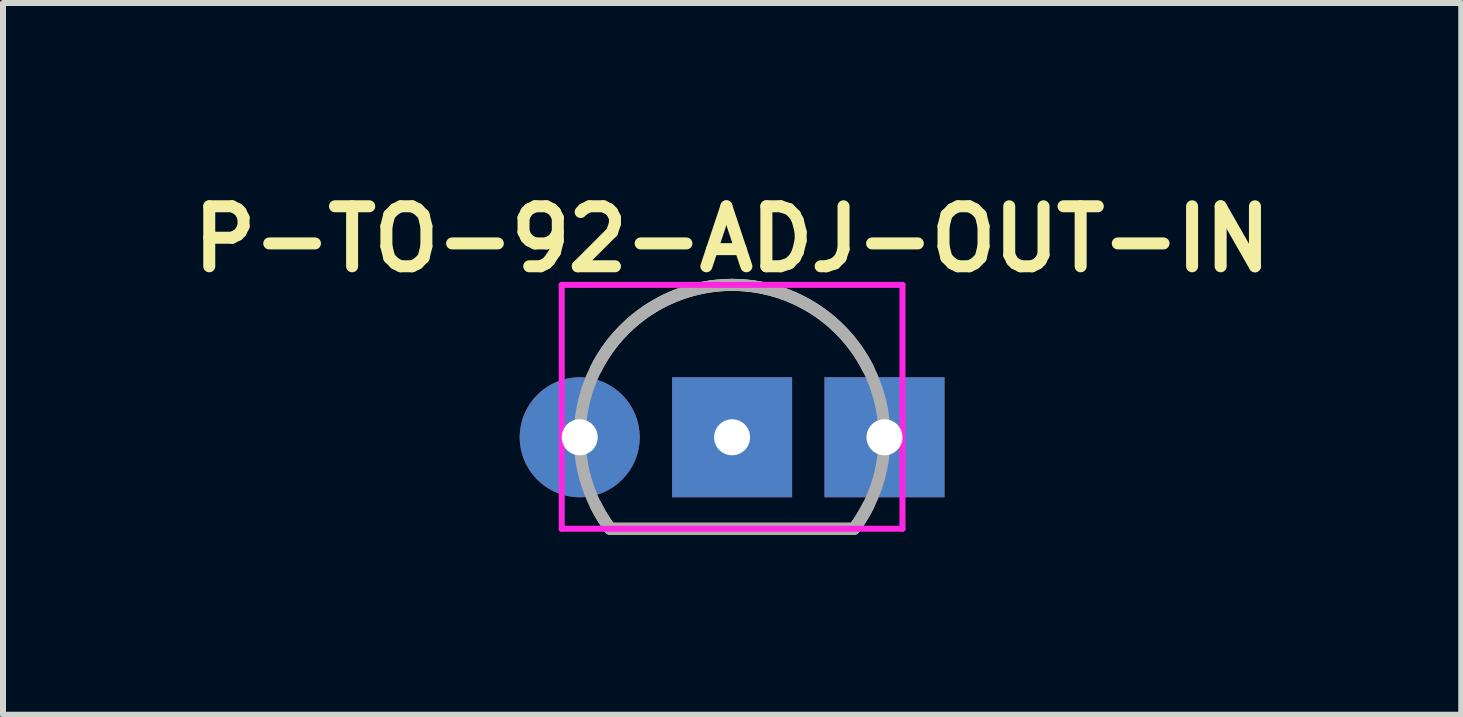
<source format=kicad_pcb>
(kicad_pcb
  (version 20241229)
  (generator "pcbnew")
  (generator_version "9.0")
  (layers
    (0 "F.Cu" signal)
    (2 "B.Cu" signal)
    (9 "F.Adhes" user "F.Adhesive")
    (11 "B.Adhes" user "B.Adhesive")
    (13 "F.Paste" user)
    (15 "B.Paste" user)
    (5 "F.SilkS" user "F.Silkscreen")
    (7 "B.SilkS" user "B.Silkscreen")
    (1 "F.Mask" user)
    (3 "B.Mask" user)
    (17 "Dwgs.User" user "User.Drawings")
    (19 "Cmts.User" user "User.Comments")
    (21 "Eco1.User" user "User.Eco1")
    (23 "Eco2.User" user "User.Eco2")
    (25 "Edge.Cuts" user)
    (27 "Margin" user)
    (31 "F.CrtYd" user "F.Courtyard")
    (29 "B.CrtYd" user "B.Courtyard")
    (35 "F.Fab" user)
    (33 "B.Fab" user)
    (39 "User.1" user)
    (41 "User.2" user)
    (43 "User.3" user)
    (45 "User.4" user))
  (footprint "P-TO-92-ADJ-OUT-IN"
    (layer "F.Cu")
    (at 9.152 4.238)
    (property "Reference" "P-TO-92-ADJ-OUT-IN" (at 0 -3.302 0) (layer "F.SilkS") (effects (font (size 1 1) (thickness 0.2))))
    (attr through_hole)
    (fp_line (start -2.032 1.524) (end 2.032 1.524) (stroke (width 0.2) (type solid)) (layer "F.SilkS"))
    (fp_arc (start -2.271152 -1.137308) (mid -1.334698 -2.16106) (end 0 -2.54) (stroke (width 0.2) (type solid)) (layer "F.SilkS"))
    (fp_arc (start -2.032 1.524) (mid -2.160597 1.335449) (end -2.271749 1.136115) (stroke (width 0.2) (type solid)) (layer "F.SilkS"))
    (fp_arc (start 0 -2.54) (mid 1.334698 -2.16106) (end 2.271152 -1.137308) (stroke (width 0.2) (type solid)) (layer "F.SilkS"))
    (fp_arc (start 2.271845 1.135922) (mid 2.160653 1.335357) (end 2.032 1.524) (stroke (width 0.2) (type solid)) (layer "F.SilkS"))
    (fp_line (start -2.84 -2.54) (end -2.84 1.525) (stroke (width 0.1) (type solid)) (layer "F.CrtYd"))
    (fp_line (start -2.84 -2.54) (end 2.84 -2.54) (stroke (width 0.1) (type solid)) (layer "F.CrtYd"))
    (fp_line (start -2.84 1.525) (end 2.84 1.525) (stroke (width 0.1) (type solid)) (layer "F.CrtYd"))
    (fp_line (start 2.84 -2.54) (end 2.84 1.525) (stroke (width 0.1) (type solid)) (layer "F.CrtYd"))
    (fp_line (start -2.031 1.525) (end 2.031 1.525) (stroke (width 0.2) (type solid)) (layer "F.Fab"))
    (fp_arc (start -2.03125 1.525) (mid 0.000084 -2.54) (end 2.031149 1.525135) (stroke (width 0.2) (type solid)) (layer "F.Fab"))
    (pad "ADJ" thru_hole circle (at -2.54 0) (size 2 2) (drill 0.6) (layers "*.Cu" "*.Mask"))
    (pad "IN" thru_hole rect (at 2.54 0) (size 2 2) (drill 0.6) (layers "*.Cu" "*.Mask"))
    (pad "OUT" thru_hole rect (at 0 0) (size 2 2) (drill 0.6) (layers "*.Cu" "*.Mask")))
  (gr_rect
    (start -3 -3)
    (end 21.305 8.863)
    (stroke (width 0.1) (type default))
    (fill no)
    (layer "Edge.Cuts")))
</source>
